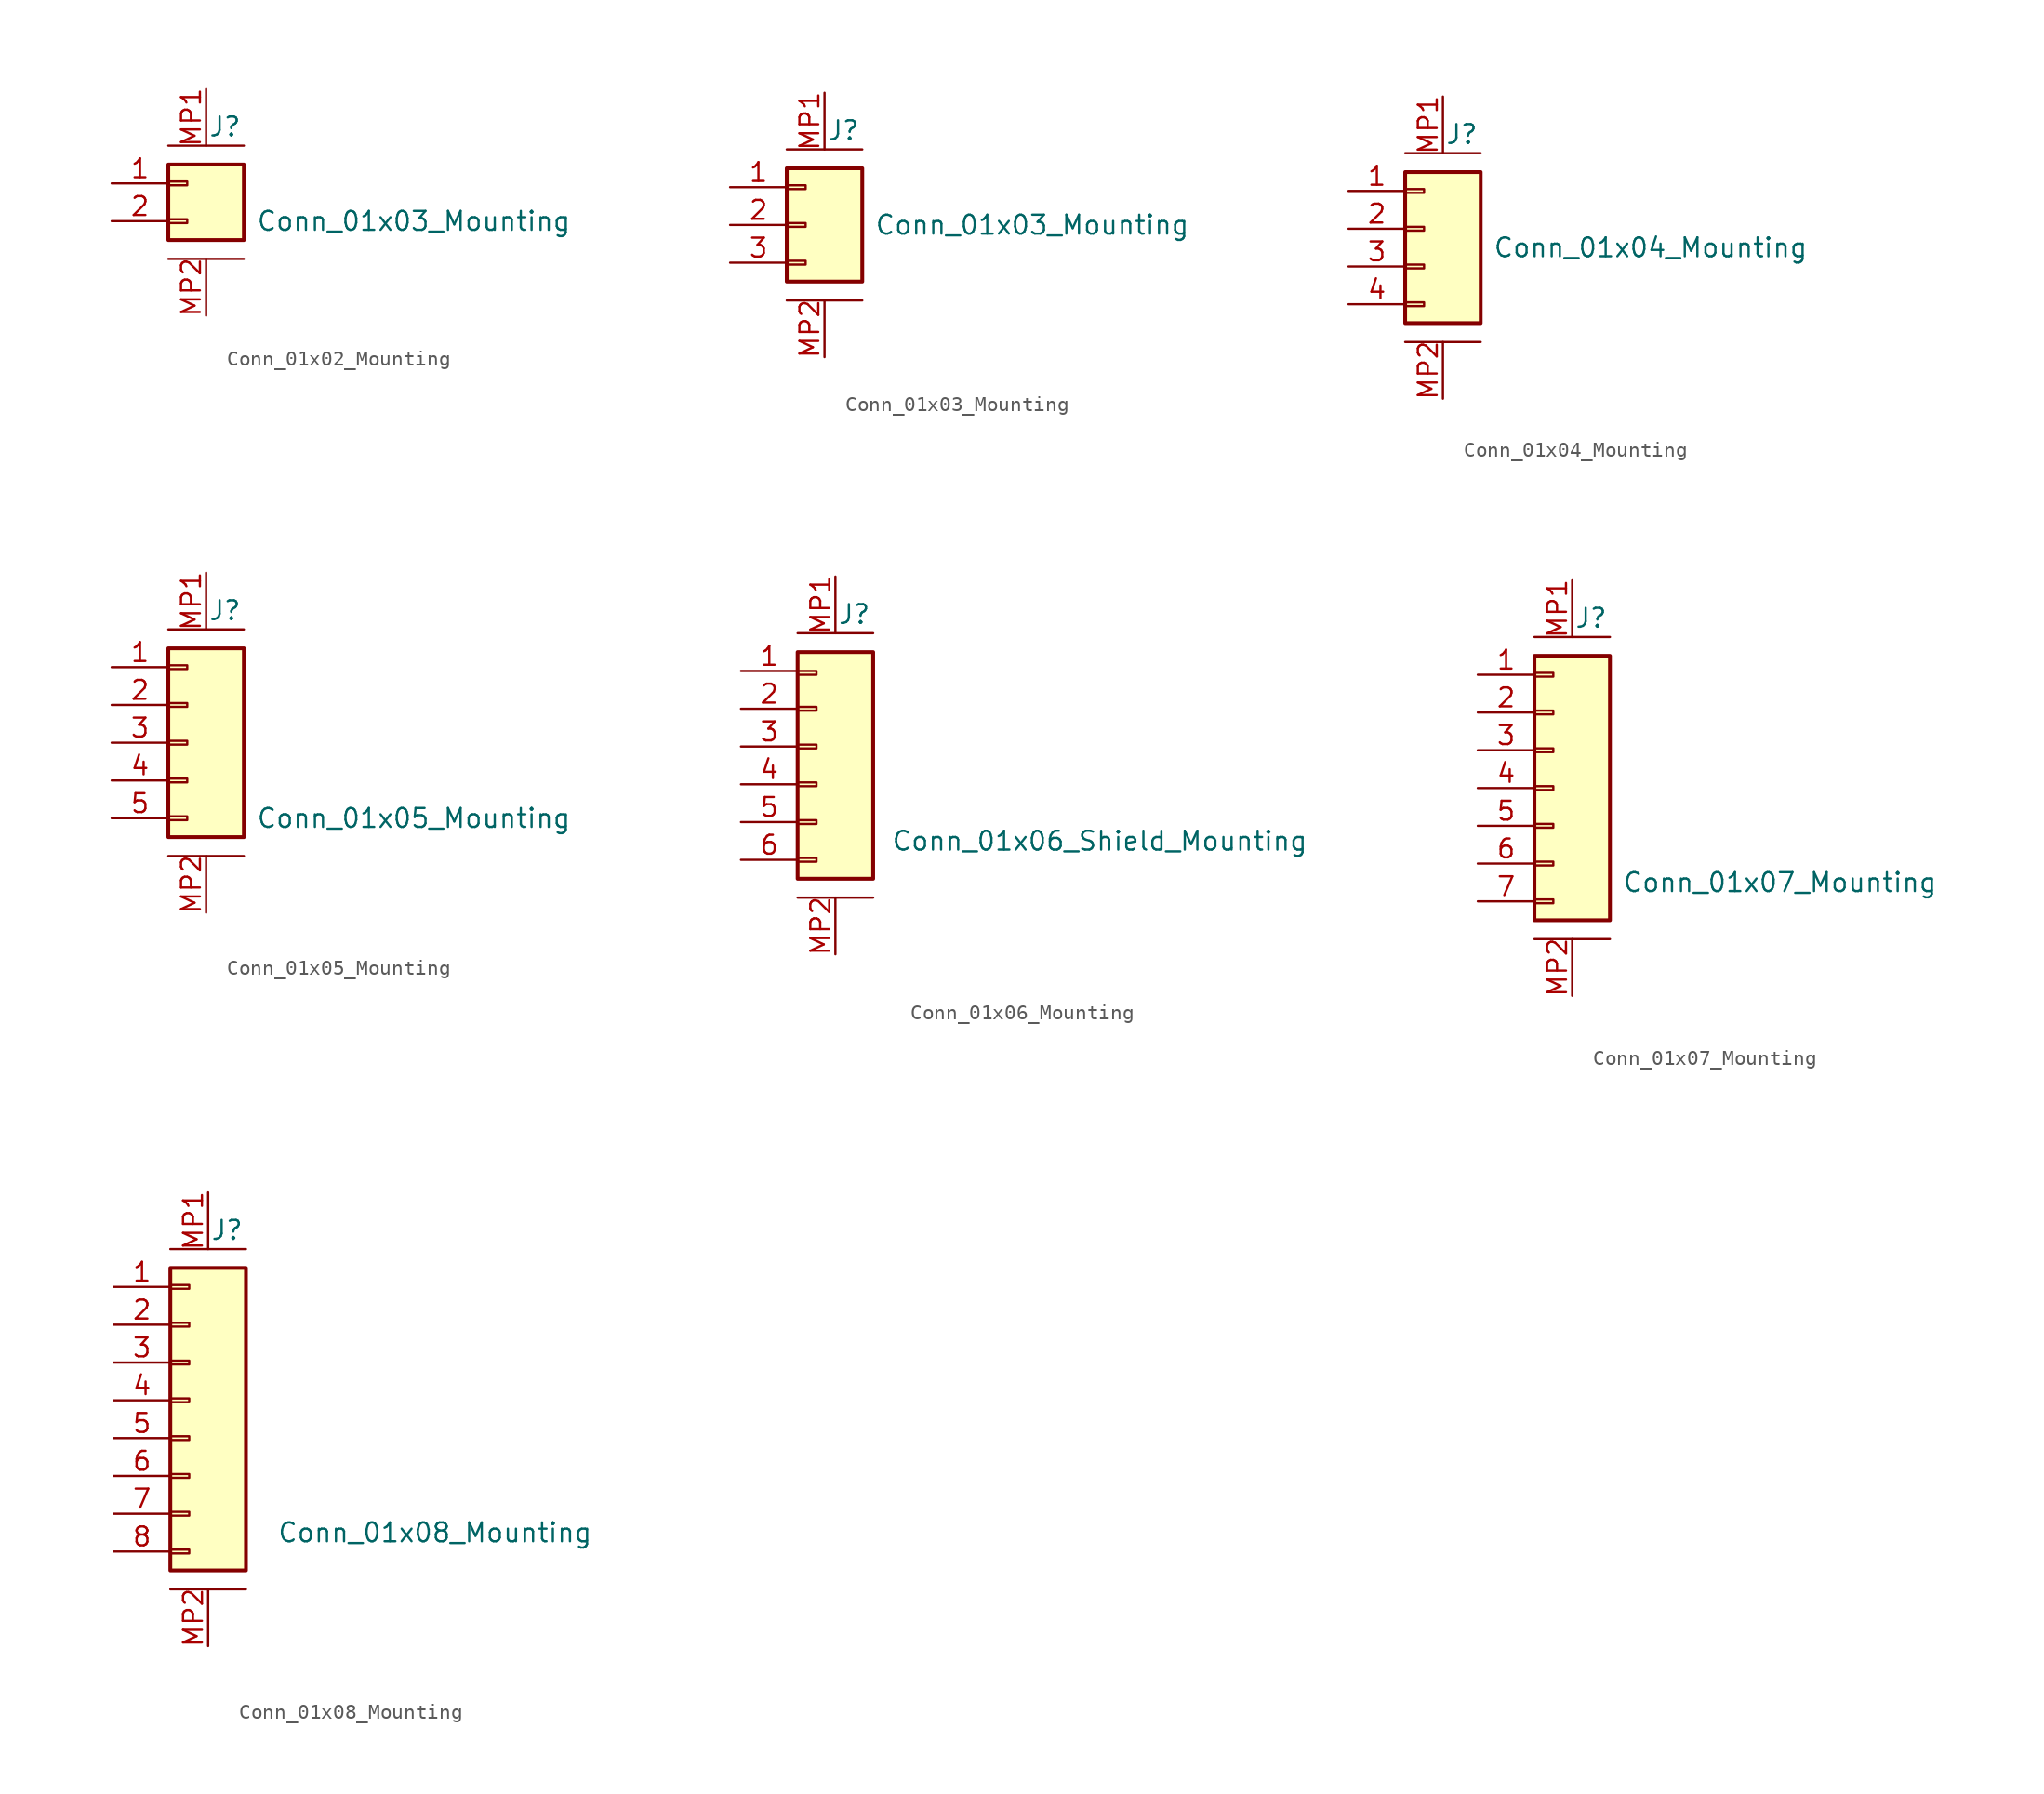
<source format=kicad_sym>
(kicad_symbol_lib
  (version 20241209)
  (generator "kicad_symbol_editor")
  (generator_version "9.0")
  (symbol "Conn_01x02_Mounting"
    (pin_names
      (offset 1.016)
      (hide yes))
    (property "Reference" "J"
      (at 2.54 3.81 0)
      (effects (font (size 1.27 1.27))))
    (property "Value" "Conn_01x03_Mounting"
      (at 15.24 -2.54 0)
      (effects (font (size 1.27 1.27))))
    (symbol "Conn_01x02_Mounting_0_1"
      (polyline (pts (xy -1.27 2.54) (xy 3.81 2.54)) (stroke (width 0) (type default)) (fill (type none)))
      (polyline (pts (xy -1.27 -5.08) (xy 3.81 -5.08)) (stroke (width 0) (type default)) (fill (type none))))
    (symbol "Conn_01x02_Mounting_1_1"
      (rectangle (start -1.27 1.27) (end 3.81 -3.81) (stroke (width 0.254) (type default)) (fill (type background)))
      (rectangle (start -1.27 0.127) (end 0 -0.127) (stroke (width 0.152) (type default)) (fill (type none)))
      (rectangle (start -1.27 -2.413) (end 0 -2.667) (stroke (width 0.152) (type default)) (fill (type none)))
      (pin passive line (at -5.08 0 0) (length 3.81) (name "Pin_1" (effects (font (size 1.27 1.27)))) (number "1" (effects (font (size 1.27 1.27)))))
      (pin passive line (at -5.08 -2.54 0) (length 3.81) (name "Pin_2" (effects (font (size 1.27 1.27)))) (number "2" (effects (font (size 1.27 1.27)))))
      (pin passive line (at 1.27 6.35 270) (length 3.81) (name "MP1" (effects (font (size 1.27 1.27)))) (number "MP1" (effects (font (size 1.27 1.27)))))
      (pin passive line (at 1.27 -8.89 90) (length 3.81) (name "MP2" (effects (font (size 1.27 1.27)))) (number "MP2" (effects (font (size 1.27 1.27)))))))
  (symbol "Conn_01x03_Mounting"
    (pin_names
      (offset 1.016)
      (hide yes))
    (property "Reference" "J"
      (at 2.54 3.81 0)
      (effects (font (size 1.27 1.27))))
    (property "Value" "Conn_01x03_Mounting"
      (at 15.24 -2.54 0)
      (effects (font (size 1.27 1.27))))
    (symbol "Conn_01x03_Mounting_0_1"
      (polyline (pts (xy -1.27 2.54) (xy 3.81 2.54)) (stroke (width 0) (type default)) (fill (type none)))
      (polyline (pts (xy -1.27 -7.62) (xy 3.81 -7.62)) (stroke (width 0) (type default)) (fill (type none))))
    (symbol "Conn_01x03_Mounting_1_1"
      (rectangle (start -1.27 1.27) (end 3.81 -6.35) (stroke (width 0.254) (type default)) (fill (type background)))
      (rectangle (start -1.27 0.127) (end 0 -0.127) (stroke (width 0.152) (type default)) (fill (type none)))
      (rectangle (start -1.27 -2.413) (end 0 -2.667) (stroke (width 0.152) (type default)) (fill (type none)))
      (rectangle (start -1.27 -4.953) (end 0 -5.207) (stroke (width 0.152) (type default)) (fill (type none)))
      (pin passive line (at -5.08 0 0) (length 3.81) (name "Pin_1" (effects (font (size 1.27 1.27)))) (number "1" (effects (font (size 1.27 1.27)))))
      (pin passive line (at -5.08 -2.54 0) (length 3.81) (name "Pin_2" (effects (font (size 1.27 1.27)))) (number "2" (effects (font (size 1.27 1.27)))))
      (pin passive line (at -5.08 -5.08 0) (length 3.81) (name "Pin_2" (effects (font (size 1.27 1.27)))) (number "3" (effects (font (size 1.27 1.27)))))
      (pin passive line (at 1.27 6.35 270) (length 3.81) (name "MP1" (effects (font (size 1.27 1.27)))) (number "MP1" (effects (font (size 1.27 1.27)))))
      (pin passive line (at 1.27 -11.43 90) (length 3.81) (name "MP2" (effects (font (size 1.27 1.27)))) (number "MP2" (effects (font (size 1.27 1.27)))))))
  (symbol "Conn_01x04_Mounting"
    (pin_names
      (offset 1.016)
      (hide yes))
    (property "Reference" "J"
      (at 2.54 3.81 0)
      (effects (font (size 1.27 1.27))))
    (property "Value" "Conn_01x04_Mounting"
      (at 15.24 -3.81 0)
      (effects (font (size 1.27 1.27))))
    (symbol "Conn_01x04_Mounting_0_1"
      (polyline (pts (xy -1.27 2.54) (xy 3.81 2.54)) (stroke (width 0) (type default)) (fill (type none)))
      (polyline (pts (xy -1.27 -10.16) (xy 3.81 -10.16)) (stroke (width 0) (type default)) (fill (type none))))
    (symbol "Conn_01x04_Mounting_1_1"
      (rectangle (start -1.27 1.27) (end 3.81 -8.89) (stroke (width 0.254) (type default)) (fill (type background)))
      (rectangle (start -1.27 0.127) (end 0 -0.127) (stroke (width 0.152) (type default)) (fill (type none)))
      (rectangle (start -1.27 -2.413) (end 0 -2.667) (stroke (width 0.152) (type default)) (fill (type none)))
      (rectangle (start -1.27 -4.953) (end 0 -5.207) (stroke (width 0.152) (type default)) (fill (type none)))
      (rectangle (start -1.27 -7.493) (end 0 -7.747) (stroke (width 0.152) (type default)) (fill (type none)))
      (pin passive line (at -5.08 0 0) (length 3.81) (name "Pin_1" (effects (font (size 1.27 1.27)))) (number "1" (effects (font (size 1.27 1.27)))))
      (pin passive line (at -5.08 -2.54 0) (length 3.81) (name "Pin_2" (effects (font (size 1.27 1.27)))) (number "2" (effects (font (size 1.27 1.27)))))
      (pin passive line (at -5.08 -5.08 0) (length 3.81) (name "Pin_2" (effects (font (size 1.27 1.27)))) (number "3" (effects (font (size 1.27 1.27)))))
      (pin passive line (at -5.08 -7.62 0) (length 3.81) (name "Pin_2" (effects (font (size 1.27 1.27)))) (number "4" (effects (font (size 1.27 1.27)))))
      (pin passive line (at 1.27 6.35 270) (length 3.81) (name "MP1" (effects (font (size 1.27 1.27)))) (number "MP1" (effects (font (size 1.27 1.27)))))
      (pin passive line (at 1.27 -13.97 90) (length 3.81) (name "MP2" (effects (font (size 1.27 1.27)))) (number "MP2" (effects (font (size 1.27 1.27)))))))
  (symbol "Conn_01x05_Mounting"
    (pin_names
      (offset 1.016)
      (hide yes))
    (property "Reference" "J"
      (at 2.54 8.89 0)
      (effects (font (size 1.27 1.27))))
    (property "Value" "Conn_01x05_Mounting"
      (at 15.24 -5.08 0)
      (effects (font (size 1.27 1.27))))
    (symbol "Conn_01x05_Mounting_0_1"
      (polyline (pts (xy -1.27 7.62) (xy 3.81 7.62)) (stroke (width 0) (type default)) (fill (type none)))
      (polyline (pts (xy -1.27 -7.62) (xy 3.81 -7.62)) (stroke (width 0) (type default)) (fill (type none))))
    (symbol "Conn_01x05_Mounting_1_1"
      (rectangle (start -1.27 6.35) (end 3.81 -6.35) (stroke (width 0.254) (type default)) (fill (type background)))
      (rectangle (start -1.27 5.207) (end 0 4.953) (stroke (width 0.152) (type default)) (fill (type none)))
      (rectangle (start -1.27 2.667) (end 0 2.413) (stroke (width 0.152) (type default)) (fill (type none)))
      (rectangle (start -1.27 0.127) (end 0 -0.127) (stroke (width 0.152) (type default)) (fill (type none)))
      (rectangle (start -1.27 -2.413) (end 0 -2.667) (stroke (width 0.152) (type default)) (fill (type none)))
      (rectangle (start -1.27 -4.953) (end 0 -5.207) (stroke (width 0.152) (type default)) (fill (type none)))
      (pin passive line (at -5.08 5.08 0) (length 3.81) (name "Pin_1" (effects (font (size 1.27 1.27)))) (number "1" (effects (font (size 1.27 1.27)))))
      (pin passive line (at -5.08 2.54 0) (length 3.81) (name "Pin_2" (effects (font (size 1.27 1.27)))) (number "2" (effects (font (size 1.27 1.27)))))
      (pin passive line (at -5.08 0 0) (length 3.81) (name "Pin_3" (effects (font (size 1.27 1.27)))) (number "3" (effects (font (size 1.27 1.27)))))
      (pin passive line (at -5.08 -2.54 0) (length 3.81) (name "Pin_4" (effects (font (size 1.27 1.27)))) (number "4" (effects (font (size 1.27 1.27)))))
      (pin passive line (at -5.08 -5.08 0) (length 3.81) (name "Pin_5" (effects (font (size 1.27 1.27)))) (number "5" (effects (font (size 1.27 1.27)))))
      (pin passive line (at 1.27 11.43 270) (length 3.81) (name "MP1" (effects (font (size 1.27 1.27)))) (number "MP1" (effects (font (size 1.27 1.27)))))
      (pin passive line (at 1.27 -11.43 90) (length 3.81) (name "MP2" (effects (font (size 1.27 1.27)))) (number "MP2" (effects (font (size 1.27 1.27)))))))
  (symbol "Conn_01x06_Mounting"
    (pin_names
      (offset 1.016)
      (hide yes))
    (property "Reference" "J"
      (at 2.54 8.89 0)
      (effects (font (size 1.27 1.27))))
    (property "Value" "Conn_01x06_Shield_Mounting"
      (at 19.05 -6.35 0)
      (effects (font (size 1.27 1.27))))
    (symbol "Conn_01x06_Mounting_0_1"
      (polyline (pts (xy -1.27 7.62) (xy 3.81 7.62)) (stroke (width 0) (type default)) (fill (type none)))
      (polyline (pts (xy -1.27 -10.16) (xy 3.81 -10.16)) (stroke (width 0) (type default)) (fill (type none))))
    (symbol "Conn_01x06_Mounting_1_1"
      (rectangle (start -1.27 6.35) (end 3.81 -8.89) (stroke (width 0.254) (type default)) (fill (type background)))
      (rectangle (start -1.27 5.08) (end 0 4.826) (stroke (width 0.152) (type default)) (fill (type none)))
      (rectangle (start -1.27 2.667) (end 0 2.413) (stroke (width 0.152) (type default)) (fill (type none)))
      (rectangle (start -1.27 0.127) (end 0 -0.127) (stroke (width 0.152) (type default)) (fill (type none)))
      (rectangle (start -1.27 -2.413) (end 0 -2.667) (stroke (width 0.152) (type default)) (fill (type none)))
      (rectangle (start -1.27 -4.953) (end 0 -5.207) (stroke (width 0.152) (type default)) (fill (type none)))
      (rectangle (start -1.27 -7.493) (end 0 -7.747) (stroke (width 0.152) (type default)) (fill (type none)))
      (pin passive line (at -5.08 5.08 0) (length 3.81) (name "Pin_1" (effects (font (size 1.27 1.27)))) (number "1" (effects (font (size 1.27 1.27)))))
      (pin passive line (at -5.08 2.54 0) (length 3.81) (name "Pin_2" (effects (font (size 1.27 1.27)))) (number "2" (effects (font (size 1.27 1.27)))))
      (pin passive line (at -5.08 0 0) (length 3.81) (name "Pin_3" (effects (font (size 1.27 1.27)))) (number "3" (effects (font (size 1.27 1.27)))))
      (pin passive line (at -5.08 -2.54 0) (length 3.81) (name "Pin_4" (effects (font (size 1.27 1.27)))) (number "4" (effects (font (size 1.27 1.27)))))
      (pin passive line (at -5.08 -5.08 0) (length 3.81) (name "Pin_5" (effects (font (size 1.27 1.27)))) (number "5" (effects (font (size 1.27 1.27)))))
      (pin passive line (at -5.08 -7.62 0) (length 3.81) (name "Pin_6" (effects (font (size 1.27 1.27)))) (number "6" (effects (font (size 1.27 1.27)))))
      (pin passive line (at 1.27 11.43 270) (length 3.81) (name "MP1" (effects (font (size 1.27 1.27)))) (number "MP1" (effects (font (size 1.27 1.27)))))
      (pin passive line (at 1.27 -13.97 90) (length 3.81) (name "MP2" (effects (font (size 1.27 1.27)))) (number "MP2" (effects (font (size 1.27 1.27)))))))
  (symbol "Conn_01x07_Mounting"
    (pin_names
      (offset 1.016)
      (hide yes))
    (property "Reference" "J"
      (at 2.54 11.43 0)
      (effects (font (size 1.27 1.27))))
    (property "Value" "Conn_01x07_Mounting"
      (at 15.24 -6.35 0)
      (effects (font (size 1.27 1.27))))
    (symbol "Conn_01x07_Mounting_0_1"
      (polyline (pts (xy -1.27 10.16) (xy 3.81 10.16)) (stroke (width 0) (type default)) (fill (type none)))
      (polyline (pts (xy -1.27 -10.16) (xy 3.81 -10.16)) (stroke (width 0) (type default)) (fill (type none))))
    (symbol "Conn_01x07_Mounting_1_1"
      (rectangle (start -1.27 8.89) (end 3.81 -8.89) (stroke (width 0.254) (type default)) (fill (type background)))
      (rectangle (start -1.27 7.747) (end 0 7.493) (stroke (width 0.152) (type default)) (fill (type none)))
      (rectangle (start -1.27 5.207) (end 0 4.953) (stroke (width 0.152) (type default)) (fill (type none)))
      (rectangle (start -1.27 2.667) (end 0 2.413) (stroke (width 0.152) (type default)) (fill (type none)))
      (rectangle (start -1.27 0.127) (end 0 -0.127) (stroke (width 0.152) (type default)) (fill (type none)))
      (rectangle (start -1.27 -2.413) (end 0 -2.667) (stroke (width 0.152) (type default)) (fill (type none)))
      (rectangle (start -1.27 -4.953) (end 0 -5.207) (stroke (width 0.152) (type default)) (fill (type none)))
      (rectangle (start -1.27 -7.493) (end 0 -7.747) (stroke (width 0.152) (type default)) (fill (type none)))
      (pin passive line (at -5.08 7.62 0) (length 3.81) (name "Pin_1" (effects (font (size 1.27 1.27)))) (number "1" (effects (font (size 1.27 1.27)))))
      (pin passive line (at -5.08 5.08 0) (length 3.81) (name "Pin_2" (effects (font (size 1.27 1.27)))) (number "2" (effects (font (size 1.27 1.27)))))
      (pin passive line (at -5.08 2.54 0) (length 3.81) (name "Pin_3" (effects (font (size 1.27 1.27)))) (number "3" (effects (font (size 1.27 1.27)))))
      (pin passive line (at -5.08 0 0) (length 3.81) (name "Pin_4" (effects (font (size 1.27 1.27)))) (number "4" (effects (font (size 1.27 1.27)))))
      (pin passive line (at -5.08 -2.54 0) (length 3.81) (name "Pin_5" (effects (font (size 1.27 1.27)))) (number "5" (effects (font (size 1.27 1.27)))))
      (pin passive line (at -5.08 -5.08 0) (length 3.81) (name "Pin_6" (effects (font (size 1.27 1.27)))) (number "6" (effects (font (size 1.27 1.27)))))
      (pin passive line (at -5.08 -7.62 0) (length 3.81) (name "Pin_7" (effects (font (size 1.27 1.27)))) (number "7" (effects (font (size 1.27 1.27)))))
      (pin passive line (at 1.27 13.97 270) (length 3.81) (name "MP1" (effects (font (size 1.27 1.27)))) (number "MP1" (effects (font (size 1.27 1.27)))))
      (pin passive line (at 1.27 -13.97 90) (length 3.81) (name "MP2" (effects (font (size 1.27 1.27)))) (number "MP2" (effects (font (size 1.27 1.27)))))))
  (symbol "Conn_01x08_Mounting"
    (pin_names
      (offset 1.016)
      (hide yes))
    (property "Reference" "J"
      (at 2.54 11.43 0)
      (effects (font (size 1.27 1.27))))
    (property "Value" "Conn_01x08_Mounting"
      (at 16.51 -8.89 0)
      (effects (font (size 1.27 1.27))))
    (symbol "Conn_01x08_Mounting_0_1"
      (polyline (pts (xy -1.27 10.16) (xy 3.81 10.16)) (stroke (width 0) (type default)) (fill (type none)))
      (polyline (pts (xy -1.27 -12.7) (xy 3.81 -12.7)) (stroke (width 0) (type default)) (fill (type none))))
    (symbol "Conn_01x08_Mounting_1_1"
      (rectangle (start -1.27 8.89) (end 3.81 -11.43) (stroke (width 0.254) (type default)) (fill (type background)))
      (rectangle (start -1.27 7.747) (end 0 7.493) (stroke (width 0.152) (type default)) (fill (type none)))
      (rectangle (start -1.27 5.207) (end 0 4.953) (stroke (width 0.152) (type default)) (fill (type none)))
      (rectangle (start -1.27 2.667) (end 0 2.413) (stroke (width 0.152) (type default)) (fill (type none)))
      (rectangle (start -1.27 0.127) (end 0 -0.127) (stroke (width 0.152) (type default)) (fill (type none)))
      (rectangle (start -1.27 -2.413) (end 0 -2.667) (stroke (width 0.152) (type default)) (fill (type none)))
      (rectangle (start -1.27 -4.953) (end 0 -5.207) (stroke (width 0.152) (type default)) (fill (type none)))
      (rectangle (start -1.27 -7.493) (end 0 -7.747) (stroke (width 0.152) (type default)) (fill (type none)))
      (rectangle (start -1.27 -10.033) (end 0 -10.287) (stroke (width 0.152) (type default)) (fill (type none)))
      (pin passive line (at -5.08 7.62 0) (length 3.81) (name "Pin_1" (effects (font (size 1.27 1.27)))) (number "1" (effects (font (size 1.27 1.27)))))
      (pin passive line (at -5.08 5.08 0) (length 3.81) (name "Pin_2" (effects (font (size 1.27 1.27)))) (number "2" (effects (font (size 1.27 1.27)))))
      (pin passive line (at -5.08 2.54 0) (length 3.81) (name "Pin_3" (effects (font (size 1.27 1.27)))) (number "3" (effects (font (size 1.27 1.27)))))
      (pin passive line (at -5.08 0 0) (length 3.81) (name "Pin_4" (effects (font (size 1.27 1.27)))) (number "4" (effects (font (size 1.27 1.27)))))
      (pin passive line (at -5.08 -2.54 0) (length 3.81) (name "Pin_5" (effects (font (size 1.27 1.27)))) (number "5" (effects (font (size 1.27 1.27)))))
      (pin passive line (at -5.08 -5.08 0) (length 3.81) (name "Pin_6" (effects (font (size 1.27 1.27)))) (number "6" (effects (font (size 1.27 1.27)))))
      (pin passive line (at -5.08 -7.62 0) (length 3.81) (name "Pin_7" (effects (font (size 1.27 1.27)))) (number "7" (effects (font (size 1.27 1.27)))))
      (pin passive line (at -5.08 -10.16 0) (length 3.81) (name "Pin_8" (effects (font (size 1.27 1.27)))) (number "8" (effects (font (size 1.27 1.27)))))
      (pin passive line (at 1.27 13.97 270) (length 3.81) (name "MP1" (effects (font (size 1.27 1.27)))) (number "MP1" (effects (font (size 1.27 1.27)))))
      (pin passive line (at 1.27 -16.51 90) (length 3.81) (name "MP2" (effects (font (size 1.27 1.27)))) (number "MP2" (effects (font (size 1.27 1.27))))))))
</source>
